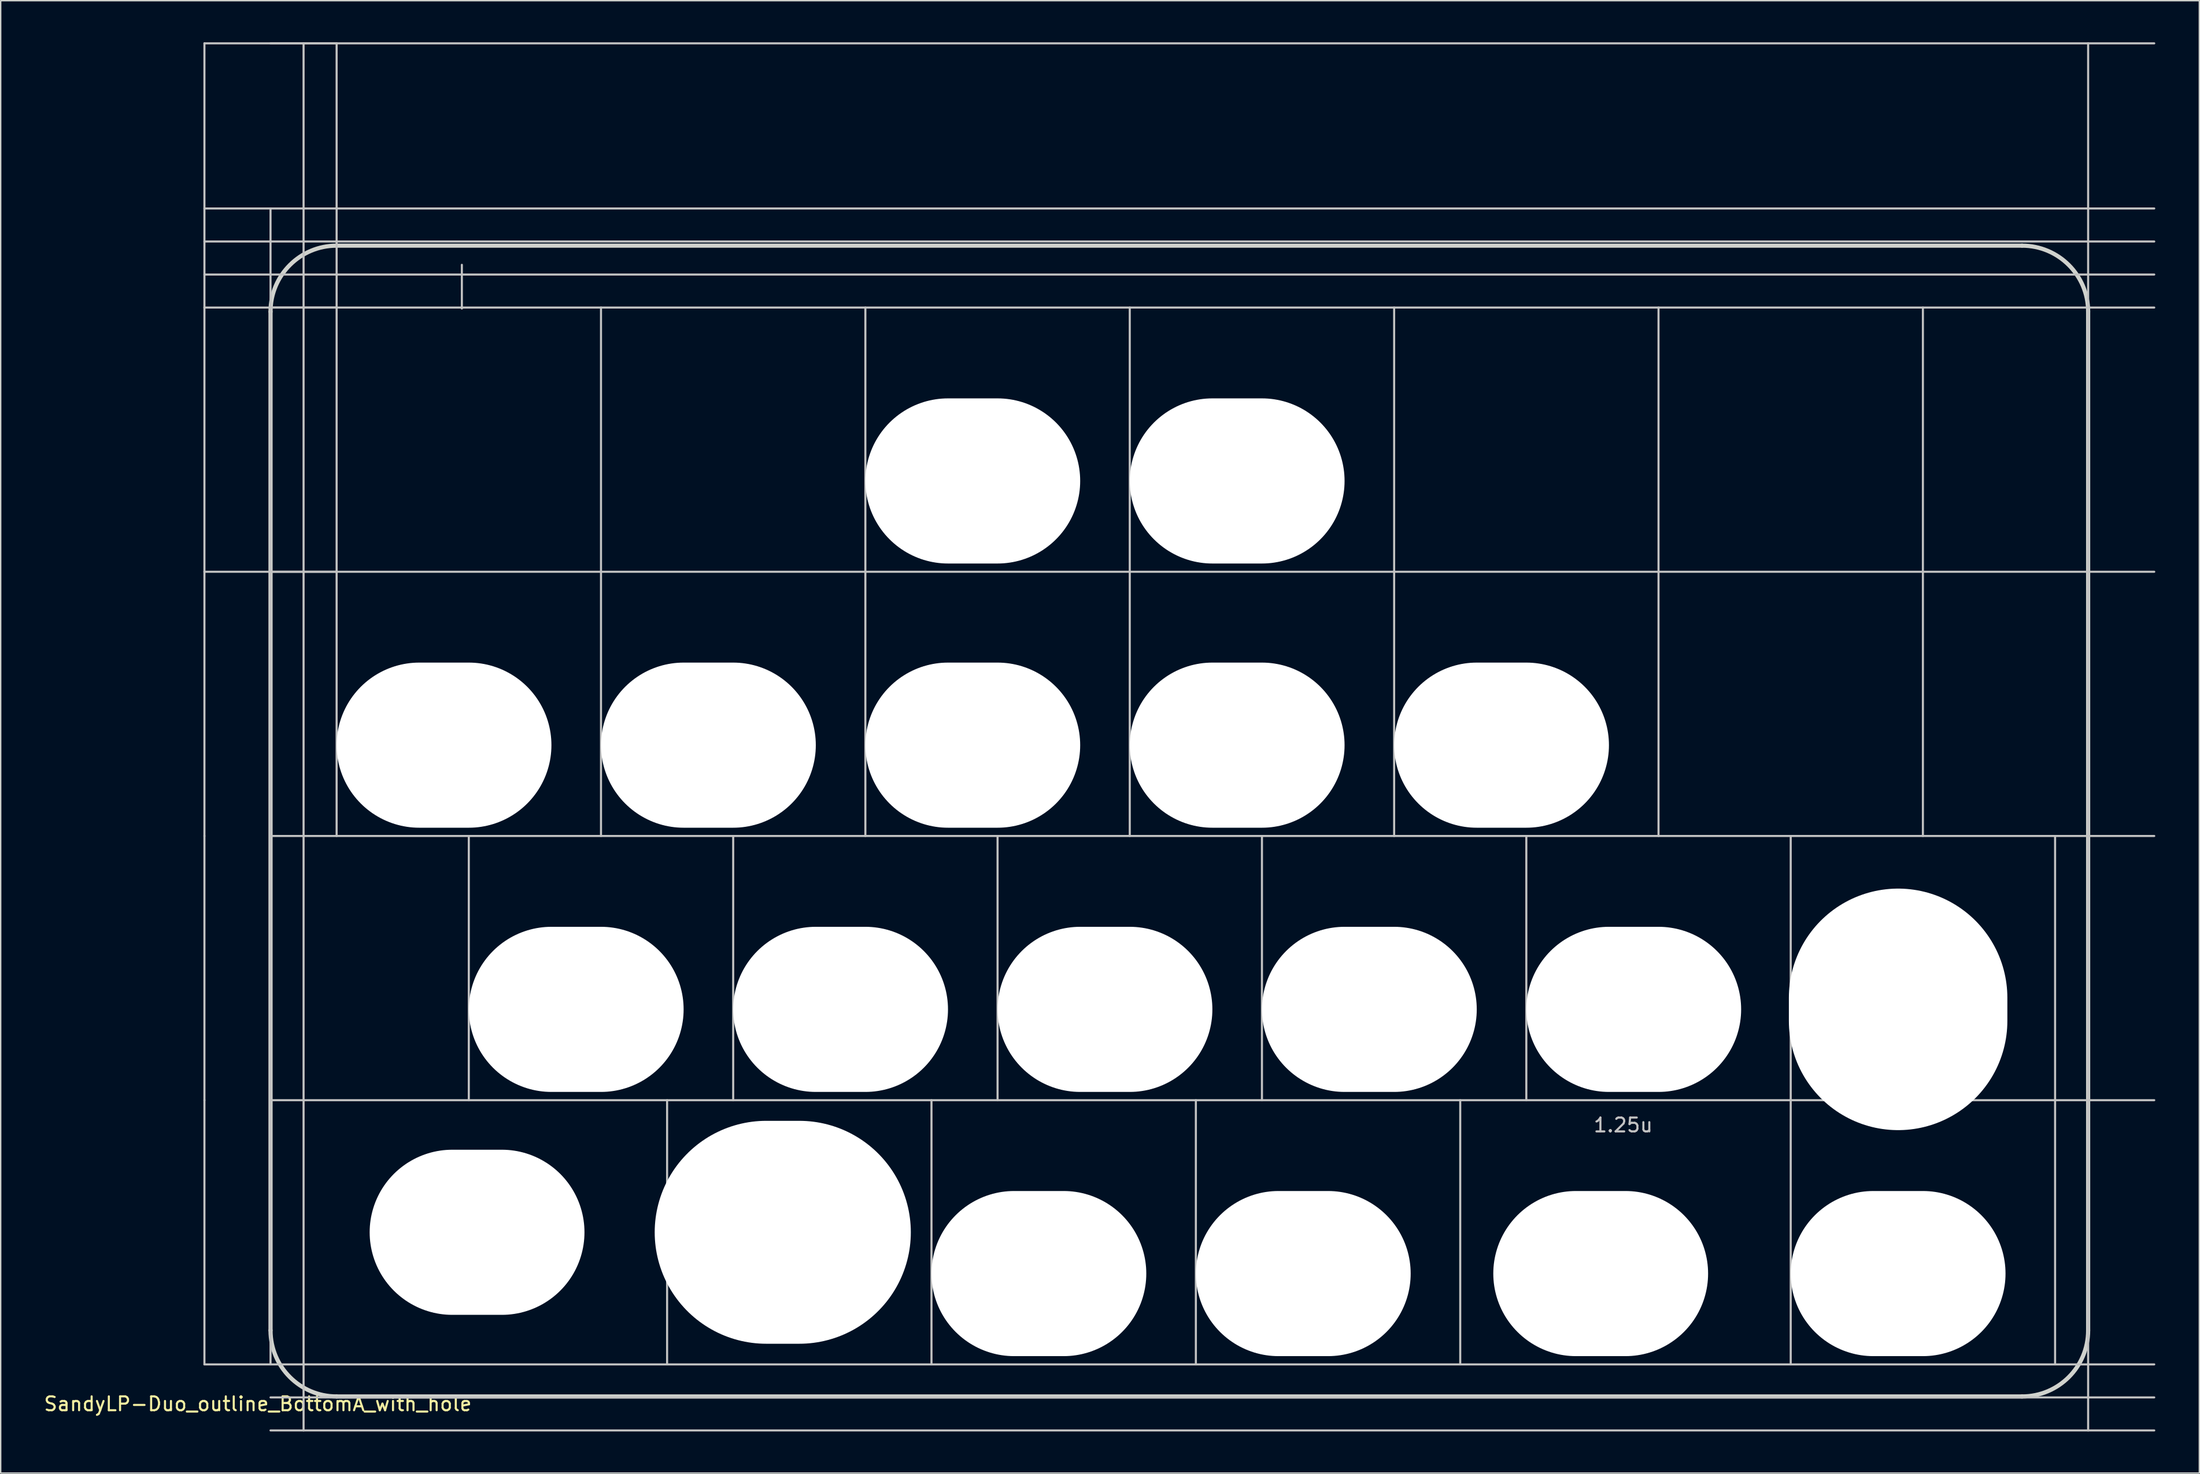
<source format=kicad_pcb>
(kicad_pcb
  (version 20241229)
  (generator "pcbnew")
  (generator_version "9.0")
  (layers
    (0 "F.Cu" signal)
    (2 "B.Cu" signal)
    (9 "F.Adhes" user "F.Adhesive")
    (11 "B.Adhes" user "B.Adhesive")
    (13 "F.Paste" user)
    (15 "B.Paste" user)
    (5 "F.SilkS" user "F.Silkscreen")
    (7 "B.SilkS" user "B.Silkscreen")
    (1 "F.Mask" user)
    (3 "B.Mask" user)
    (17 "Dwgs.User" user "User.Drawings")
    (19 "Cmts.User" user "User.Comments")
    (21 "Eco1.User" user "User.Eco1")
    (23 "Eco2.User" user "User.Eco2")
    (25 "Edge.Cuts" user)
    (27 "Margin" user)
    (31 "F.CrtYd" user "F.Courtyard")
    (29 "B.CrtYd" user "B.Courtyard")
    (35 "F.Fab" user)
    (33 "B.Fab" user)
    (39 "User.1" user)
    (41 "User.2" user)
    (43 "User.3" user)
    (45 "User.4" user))
  (footprint "SandyLP-Duo_outline_BottomA_with_hole"
    (layer "F.Cu")
    (at 152.174 66.75)
    (property "Reference" "SandyLP-Duo_outline_BottomA_with_hole" (at -136.644 31.425 0) (layer "F.SilkS") (effects (font (size 1 1) (thickness 0.15))))
    (attr through_hole)
    (fp_line (start -140.494 -66.675) (end -130.969 -66.675) (stroke (width 0.15) (type solid)) (layer "Dwgs.User"))
    (fp_line (start -140.494 -47.625) (end -140.494 -66.675) (stroke (width 0.15) (type solid)) (layer "Dwgs.User"))
    (fp_line (start -140.494 -47.625) (end -130.969 -47.625) (stroke (width 0.15) (type solid)) (layer "Dwgs.User"))
    (fp_line (start -140.494 -28.575) (end -140.494 -47.625) (stroke (width 0.15) (type solid)) (layer "Dwgs.User"))
    (fp_line (start -140.494 -28.575) (end -130.969 -28.575) (stroke (width 0.15) (type solid)) (layer "Dwgs.User"))
    (fp_line (start -140.494 -9.525) (end -140.494 -28.575) (stroke (width 0.15) (type solid)) (layer "Dwgs.User"))
    (fp_line (start -140.494 9.525) (end -140.494 -9.525) (stroke (width 0.15) (type solid)) (layer "Dwgs.User"))
    (fp_line (start -140.494 28.575) (end -140.494 9.525) (stroke (width 0.15) (type solid)) (layer "Dwgs.User"))
    (fp_line (start -135.731 28.575) (end -135.731 -54.769) (stroke (width 0.15) (type solid)) (layer "Dwgs.User"))
    (fp_line (start -133.35 33.337) (end -133.35 -66.675) (stroke (width 0.15) (type solid)) (layer "Dwgs.User"))
    (fp_line (start -130.969 -47.625) (end -130.969 -66.675) (stroke (width 0.15) (type solid)) (layer "Dwgs.User"))
    (fp_line (start -130.969 -28.575) (end -130.969 -47.625) (stroke (width 0.15) (type solid)) (layer "Dwgs.User"))
    (fp_line (start -130.969 -9.525) (end -130.969 -28.575) (stroke (width 0.15) (type solid)) (layer "Dwgs.User"))
    (fp_line (start -121.944 -50.706) (end -121.944 -47.556) (stroke (width 0.15) (type solid)) (layer "Dwgs.User"))
    (fp_line (start -121.444 9.525) (end -121.444 -9.525) (stroke (width 0.15) (type solid)) (layer "Dwgs.User"))
    (fp_line (start -111.919 -28.575) (end -111.919 -47.625) (stroke (width 0.15) (type solid)) (layer "Dwgs.User"))
    (fp_line (start -111.919 -9.525) (end -111.919 -28.575) (stroke (width 0.15) (type solid)) (layer "Dwgs.User"))
    (fp_line (start -107.156 28.575) (end -107.156 9.525) (stroke (width 0.15) (type solid)) (layer "Dwgs.User"))
    (fp_line (start -102.394 9.525) (end -102.394 -9.525) (stroke (width 0.15) (type solid)) (layer "Dwgs.User"))
    (fp_line (start -92.869 -28.575) (end -92.869 -47.625) (stroke (width 0.15) (type solid)) (layer "Dwgs.User"))
    (fp_line (start -92.869 -9.525) (end -92.869 -28.575) (stroke (width 0.15) (type solid)) (layer "Dwgs.User"))
    (fp_line (start -88.106 28.575) (end -88.106 9.525) (stroke (width 0.15) (type solid)) (layer "Dwgs.User"))
    (fp_line (start -83.344 9.525) (end -83.344 -9.525) (stroke (width 0.15) (type solid)) (layer "Dwgs.User"))
    (fp_line (start -73.819 -28.575) (end -73.819 -47.625) (stroke (width 0.15) (type solid)) (layer "Dwgs.User"))
    (fp_line (start -73.819 -9.525) (end -73.819 -28.575) (stroke (width 0.15) (type solid)) (layer "Dwgs.User"))
    (fp_line (start -69.056 28.575) (end -69.056 9.525) (stroke (width 0.15) (type solid)) (layer "Dwgs.User"))
    (fp_line (start -64.294 9.525) (end -64.294 -9.525) (stroke (width 0.15) (type solid)) (layer "Dwgs.User"))
    (fp_line (start -54.769 -28.575) (end -54.769 -47.625) (stroke (width 0.15) (type solid)) (layer "Dwgs.User"))
    (fp_line (start -54.769 -9.525) (end -54.769 -28.575) (stroke (width 0.15) (type solid)) (layer "Dwgs.User"))
    (fp_line (start -50.006 28.575) (end -50.006 9.525) (stroke (width 0.15) (type solid)) (layer "Dwgs.User"))
    (fp_line (start -45.244 9.525) (end -45.244 -9.525) (stroke (width 0.15) (type solid)) (layer "Dwgs.User"))
    (fp_line (start -35.719 -28.575) (end -35.719 -47.625) (stroke (width 0.15) (type solid)) (layer "Dwgs.User"))
    (fp_line (start -35.719 -9.525) (end -35.719 -28.575) (stroke (width 0.15) (type solid)) (layer "Dwgs.User"))
    (fp_line (start -26.194 9.525) (end -26.194 -9.525) (stroke (width 0.15) (type solid)) (layer "Dwgs.User"))
    (fp_line (start -26.194 28.575) (end -26.194 9.525) (stroke (width 0.15) (type solid)) (layer "Dwgs.User"))
    (fp_line (start -16.669 -28.575) (end -16.669 -47.625) (stroke (width 0.15) (type solid)) (layer "Dwgs.User"))
    (fp_line (start -16.669 -9.525) (end -16.669 -28.575) (stroke (width 0.15) (type solid)) (layer "Dwgs.User"))
    (fp_line (start -7.144 9.525) (end -7.144 -9.525) (stroke (width 0.15) (type solid)) (layer "Dwgs.User"))
    (fp_line (start -7.144 28.575) (end -7.144 9.525) (stroke (width 0.15) (type solid)) (layer "Dwgs.User"))
    (fp_line (start -4.763 33.337) (end -4.763 -66.675) (stroke (width 0.15) (type solid)) (layer "Dwgs.User"))
    (fp_line (start 0 -66.675) (end -135.731 -66.675) (stroke (width 0.15) (type solid)) (layer "Dwgs.User"))
    (fp_line (start 0 -54.769) (end -140.494 -54.769) (stroke (width 0.15) (type solid)) (layer "Dwgs.User"))
    (fp_line (start 0 -52.388) (end -140.494 -52.388) (stroke (width 0.15) (type solid)) (layer "Dwgs.User"))
    (fp_line (start 0 -50.006) (end -140.494 -50.006) (stroke (width 0.15) (type solid)) (layer "Dwgs.User"))
    (fp_line (start 0 -47.625) (end -135.731 -47.625) (stroke (width 0.15) (type solid)) (layer "Dwgs.User"))
    (fp_line (start 0 -28.575) (end -135.731 -28.575) (stroke (width 0.15) (type solid)) (layer "Dwgs.User"))
    (fp_line (start 0 -9.525) (end -135.731 -9.525) (stroke (width 0.15) (type solid)) (layer "Dwgs.User"))
    (fp_line (start 0 9.525) (end -135.731 9.525) (stroke (width 0.15) (type solid)) (layer "Dwgs.User"))
    (fp_line (start 0 28.575) (end -140.494 28.575) (stroke (width 0.15) (type solid)) (layer "Dwgs.User"))
    (fp_line (start 0 30.956) (end -135.731 30.956) (stroke (width 0.15) (type solid)) (layer "Dwgs.User"))
    (fp_line (start 0 33.337) (end -135.731 33.337) (stroke (width 0.15) (type solid)) (layer "Dwgs.User"))
    (fp_line (start -135.731 26.123) (end -135.731 -47.325) (stroke (width 0.3) (type solid)) (layer "Edge.Cuts"))
    (fp_line (start -9.525 -52.088) (end -130.969 -52.088) (stroke (width 0.3) (type solid)) (layer "Edge.Cuts"))
    (fp_line (start -9.525 30.886) (end -130.969 30.886) (stroke (width 0.3) (type solid)) (layer "Edge.Cuts"))
    (fp_line (start -4.763 26.123) (end -4.763 -47.325) (stroke (width 0.3) (type solid)) (layer "Edge.Cuts"))
    (fp_arc (start -135.731364 -47.32504) (mid -134.33646 -50.692636) (end -130.968864 -52.08754) (stroke (width 0.3) (type default)) (layer "Edge.Cuts"))
    (fp_arc (start -130.968864 30.885971) (mid -134.33646 29.491067) (end -135.731364 26.123471) (stroke (width 0.3) (type default)) (layer "Edge.Cuts"))
    (fp_arc (start -9.525004 -52.08754) (mid -6.15741 -50.692634) (end -4.762504 -47.32504) (stroke (width 0.3) (type default)) (layer "Edge.Cuts"))
    (fp_arc (start -4.762504 26.123471) (mid -6.157413 29.491062) (end -9.525004 30.885971) (stroke (width 0.3) (type default)) (layer "Edge.Cuts"))
    (fp_text user "1.25u" (at -40.481 11.906 0) (unlocked yes) (layer "Dwgs.User") (effects (font (size 1 1) (thickness 0.15)) (justify left bottom)))
    (pad "" np_thru_hole oval (at -123.23 -16.073) (size 15.478 11.906) (drill oval 15.478 11.906) (layers "*.Cu" "*.Mask"))
    (pad "" np_thru_hole oval (at -120.849 19.05) (size 15.478 11.906) (drill oval 15.478 11.906) (layers "*.Cu" "*.Mask"))
    (pad "" np_thru_hole oval (at -113.705 2.977) (size 15.478 11.906) (drill oval 15.478 11.906) (layers "*.Cu" "*.Mask"))
    (pad "" np_thru_hole oval (at -104.18 -16.073) (size 15.478 11.906) (drill oval 15.478 11.906) (layers "*.Cu" "*.Mask"))
    (pad "" np_thru_hole oval (at -98.822 19.05) (size 18.455 16.073) (drill oval 18.455 16.073) (layers "*.Cu" "*.Mask"))
    (pad "" np_thru_hole oval (at -94.655 2.977) (size 15.478 11.906) (drill oval 15.478 11.906) (layers "*.Cu" "*.Mask"))
    (pad "" np_thru_hole oval (at -85.13 -35.123) (size 15.478 11.906) (drill oval 15.478 11.906) (layers "*.Cu" "*.Mask"))
    (pad "" np_thru_hole oval (at -85.13 -16.073) (size 15.478 11.906) (drill oval 15.478 11.906) (layers "*.Cu" "*.Mask"))
    (pad "" np_thru_hole oval (at -80.367 22.027) (size 15.478 11.906) (drill oval 15.478 11.906) (layers "*.Cu" "*.Mask"))
    (pad "" np_thru_hole oval (at -75.605 2.977) (size 15.478 11.906) (drill oval 15.478 11.906) (layers "*.Cu" "*.Mask"))
    (pad "" np_thru_hole oval (at -66.08 -35.123) (size 15.478 11.906) (drill oval 15.478 11.906) (layers "*.Cu" "*.Mask"))
    (pad "" np_thru_hole oval (at -66.08 -16.073) (size 15.478 11.906) (drill oval 15.478 11.906) (layers "*.Cu" "*.Mask"))
    (pad "" np_thru_hole oval (at -61.317 22.027) (size 15.478 11.906) (drill oval 15.478 11.906) (layers "*.Cu" "*.Mask"))
    (pad "" np_thru_hole oval (at -56.555 2.977) (size 15.478 11.906) (drill oval 15.478 11.906) (layers "*.Cu" "*.Mask"))
    (pad "" np_thru_hole oval (at -47.03 -16.073) (size 15.478 11.906) (drill oval 15.478 11.906) (layers "*.Cu" "*.Mask"))
    (pad "" np_thru_hole oval (at -39.886 22.027) (size 15.478 11.906) (drill oval 15.478 11.906) (layers "*.Cu" "*.Mask"))
    (pad "" np_thru_hole oval (at -37.505 2.977) (size 15.478 11.906) (drill oval 15.478 11.906) (layers "*.Cu" "*.Mask"))
    (pad "" np_thru_hole oval (at -18.455 2.977) (size 15.743 17.415) (drill oval 15.743 17.415) (layers "*.Cu" "*.Mask"))
    (pad "" np_thru_hole oval (at -18.455 22.027) (size 15.478 11.906) (drill oval 15.478 11.906) (layers "*.Cu" "*.Mask")))
  (gr_rect
    (start -3 -3)
    (end 155.424 103.162)
    (stroke (width 0.1) (type default))
    (fill no)
    (layer "Edge.Cuts")))
</source>
